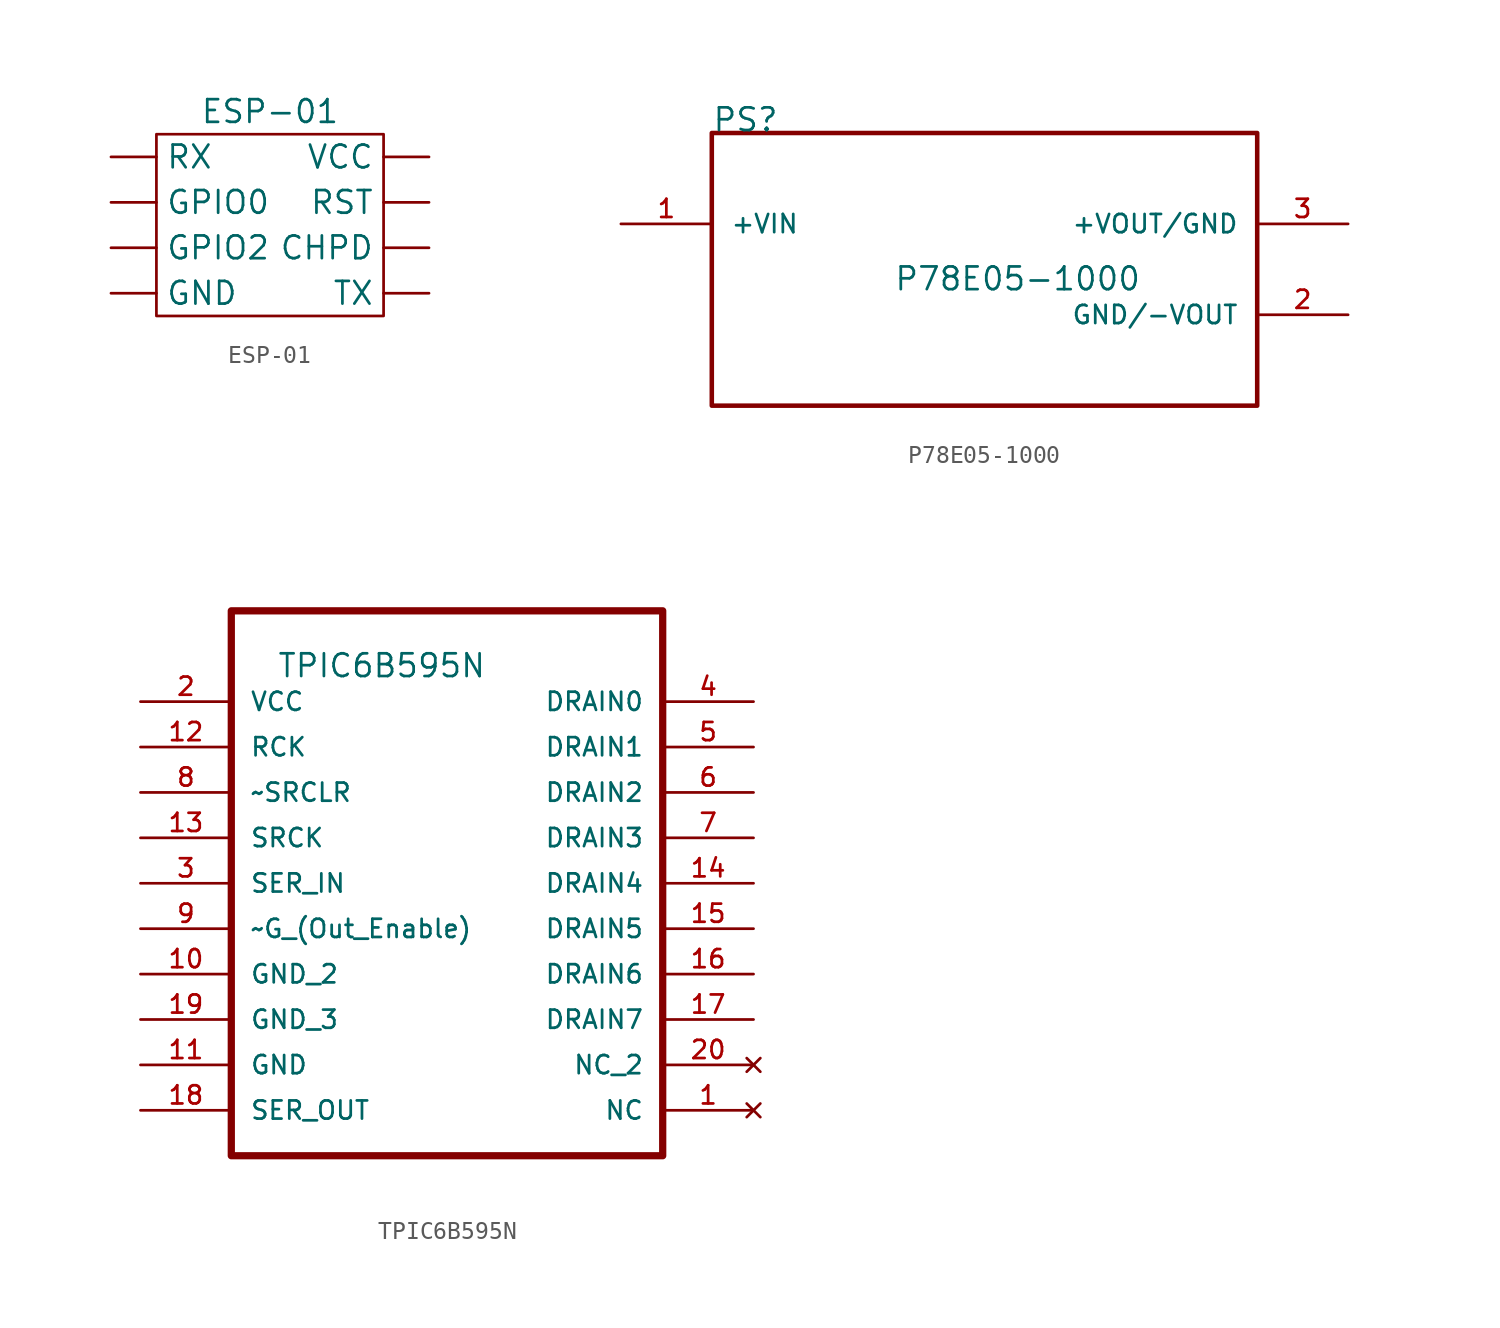
<source format=kicad_sym>
(kicad_symbol_lib
  (version 20220914)
  (generator kicad_symbol_editor)
  (symbol "ESP-01"
    (property "Reference" "U"
      (at 3.175 6.35 0)
      (effects (font (size 1.27 1.27)) hide))
    (property "Value" "ESP-01"
      (at 0 8.255 0)
      (effects (font (size 1.27 1.27))))
    (symbol "ESP-01_0_1"
      (rectangle (start -6.35 6.985) (end 6.35 -3.175) (stroke (width 0) (type default)) (fill (type none))))
    (symbol "ESP-01_1_1"
      (pin input line (at 8.89 0.635 180) (length 2.54) (name "CHPD" (effects (font (size 1.27 1.27)))) (number "" (effects (font (size 1.27 1.27)))))
      (pin power_in line (at -8.89 -1.905 0) (length 2.54) (name "GND" (effects (font (size 1.27 1.27)))) (number "" (effects (font (size 1.27 1.27)))))
      (pin output line (at -8.89 3.175 0) (length 2.54) (name "GPIO0" (effects (font (size 1.27 1.27)))) (number "" (effects (font (size 1.27 1.27)))))
      (pin output line (at -8.89 0.635 0) (length 2.54) (name "GPIO2" (effects (font (size 1.27 1.27)))) (number "" (effects (font (size 1.27 1.27)))))
      (pin input line (at 8.89 3.175 180) (length 2.54) (name "RST" (effects (font (size 1.27 1.27)))) (number "" (effects (font (size 1.27 1.27)))))
      (pin input line (at -8.89 5.715 0) (length 2.54) (name "RX" (effects (font (size 1.27 1.27)))) (number "" (effects (font (size 1.27 1.27)))))
      (pin output line (at 8.89 -1.905 180) (length 2.54) (name "TX" (effects (font (size 1.27 1.27)))) (number "" (effects (font (size 1.27 1.27)))))
      (pin power_in line (at 8.89 5.715 180) (length 2.54) (name "VCC" (effects (font (size 1.27 1.27)))) (number "" (effects (font (size 1.27 1.27)))))))
  (symbol "P78E05-1000"
    (pin_names
      (offset 1.016))
    (property "Reference" "PS"
      (at -15.24 7.62 0)
      (effects (font (size 1.27 1.27)) (justify left bottom)))
    (property "Value" "P78E05-1000"
      (at -5.08 -1.27 0)
      (effects (font (size 1.27 1.27)) (justify left bottom)))
    (symbol "P78E05-1000_0_0"
      (rectangle (start -15.24 -7.62) (end 15.24 7.62) (stroke (width 0.254) (type default)) (fill (type none)))
      (pin input line (at -20.32 2.54 0) (length 5.08) (name "+VIN" (effects (font (size 1.016 1.016)))) (number "1" (effects (font (size 1.016 1.016)))))
      (pin power_in line (at 20.32 -2.54 180) (length 5.08) (name "GND/-VOUT" (effects (font (size 1.016 1.016)))) (number "2" (effects (font (size 1.016 1.016)))))
      (pin power_in line (at 20.32 2.54 180) (length 5.08) (name "+VOUT/GND" (effects (font (size 1.016 1.016)))) (number "3" (effects (font (size 1.016 1.016)))))))
  (symbol "TPIC6B595N"
    (pin_names
      (offset 1.016))
    (property "Reference" "U"
      (at -5.564 21.67 0)
      (effects (font (size 1.27 1.27)) (justify left bottom) hide))
    (property "Value" "TPIC6B595N"
      (at -12.7 16.51 0)
      (effects (font (size 1.27 1.27)) (justify left bottom)))
    (symbol "TPIC6B595N_0_0"
      (rectangle (start -15.24 20.32) (end 8.89 -10.16) (stroke (width 0.406) (type default)) (fill (type none)))
      (pin no_connect line (at 13.97 -7.62 180) (length 5.08) (name "NC" (effects (font (size 1.016 1.016)))) (number "1" (effects (font (size 1.016 1.016)))))
      (pin passive line (at -20.32 0 0) (length 5.08) (name "GND_2" (effects (font (size 1.016 1.016)))) (number "10" (effects (font (size 1.016 1.016)))))
      (pin passive line (at -20.32 -5.08 0) (length 5.08) (name "GND" (effects (font (size 1.016 1.016)))) (number "11" (effects (font (size 1.016 1.016)))))
      (pin input line (at -20.32 12.7 0) (length 5.08) (name "RCK" (effects (font (size 1.016 1.016)))) (number "12" (effects (font (size 1.016 1.016)))))
      (pin input line (at -20.32 7.62 0) (length 5.08) (name "SRCK" (effects (font (size 1.016 1.016)))) (number "13" (effects (font (size 1.016 1.016)))))
      (pin output line (at 13.97 5.08 180) (length 5.08) (name "DRAIN4" (effects (font (size 1.016 1.016)))) (number "14" (effects (font (size 1.016 1.016)))))
      (pin output line (at 13.97 2.54 180) (length 5.08) (name "DRAIN5" (effects (font (size 1.016 1.016)))) (number "15" (effects (font (size 1.016 1.016)))))
      (pin output line (at 13.97 0 180) (length 5.08) (name "DRAIN6" (effects (font (size 1.016 1.016)))) (number "16" (effects (font (size 1.016 1.016)))))
      (pin output line (at 13.97 -2.54 180) (length 5.08) (name "DRAIN7" (effects (font (size 1.016 1.016)))) (number "17" (effects (font (size 1.016 1.016)))))
      (pin output line (at -20.32 -7.62 0) (length 5.08) (name "SER_OUT" (effects (font (size 1.016 1.016)))) (number "18" (effects (font (size 1.016 1.016)))))
      (pin passive line (at -20.32 -2.54 0) (length 5.08) (name "GND_3" (effects (font (size 1.016 1.016)))) (number "19" (effects (font (size 1.016 1.016)))))
      (pin power_in line (at -20.32 15.24 0) (length 5.08) (name "VCC" (effects (font (size 1.016 1.016)))) (number "2" (effects (font (size 1.016 1.016)))))
      (pin no_connect line (at 13.97 -5.08 180) (length 5.08) (name "NC_2" (effects (font (size 1.016 1.016)))) (number "20" (effects (font (size 1.016 1.016)))))
      (pin input line (at -20.32 5.08 0) (length 5.08) (name "SER_IN" (effects (font (size 1.016 1.016)))) (number "3" (effects (font (size 1.016 1.016)))))
      (pin output line (at 13.97 15.24 180) (length 5.08) (name "DRAIN0" (effects (font (size 1.016 1.016)))) (number "4" (effects (font (size 1.016 1.016)))))
      (pin output line (at 13.97 12.7 180) (length 5.08) (name "DRAIN1" (effects (font (size 1.016 1.016)))) (number "5" (effects (font (size 1.016 1.016)))))
      (pin output line (at 13.97 10.16 180) (length 5.08) (name "DRAIN2" (effects (font (size 1.016 1.016)))) (number "6" (effects (font (size 1.016 1.016)))))
      (pin output line (at 13.97 7.62 180) (length 5.08) (name "DRAIN3" (effects (font (size 1.016 1.016)))) (number "7" (effects (font (size 1.016 1.016)))))
      (pin input line (at -20.32 10.16 0) (length 5.08) (name "~SRCLR" (effects (font (size 1.016 1.016)))) (number "8" (effects (font (size 1.016 1.016)))))
      (pin input line (at -20.32 2.54 0) (length 5.08) (name "~G_(Out_Enable)" (effects (font (size 1.016 1.016)))) (number "9" (effects (font (size 1.016 1.016))))))))
</source>
